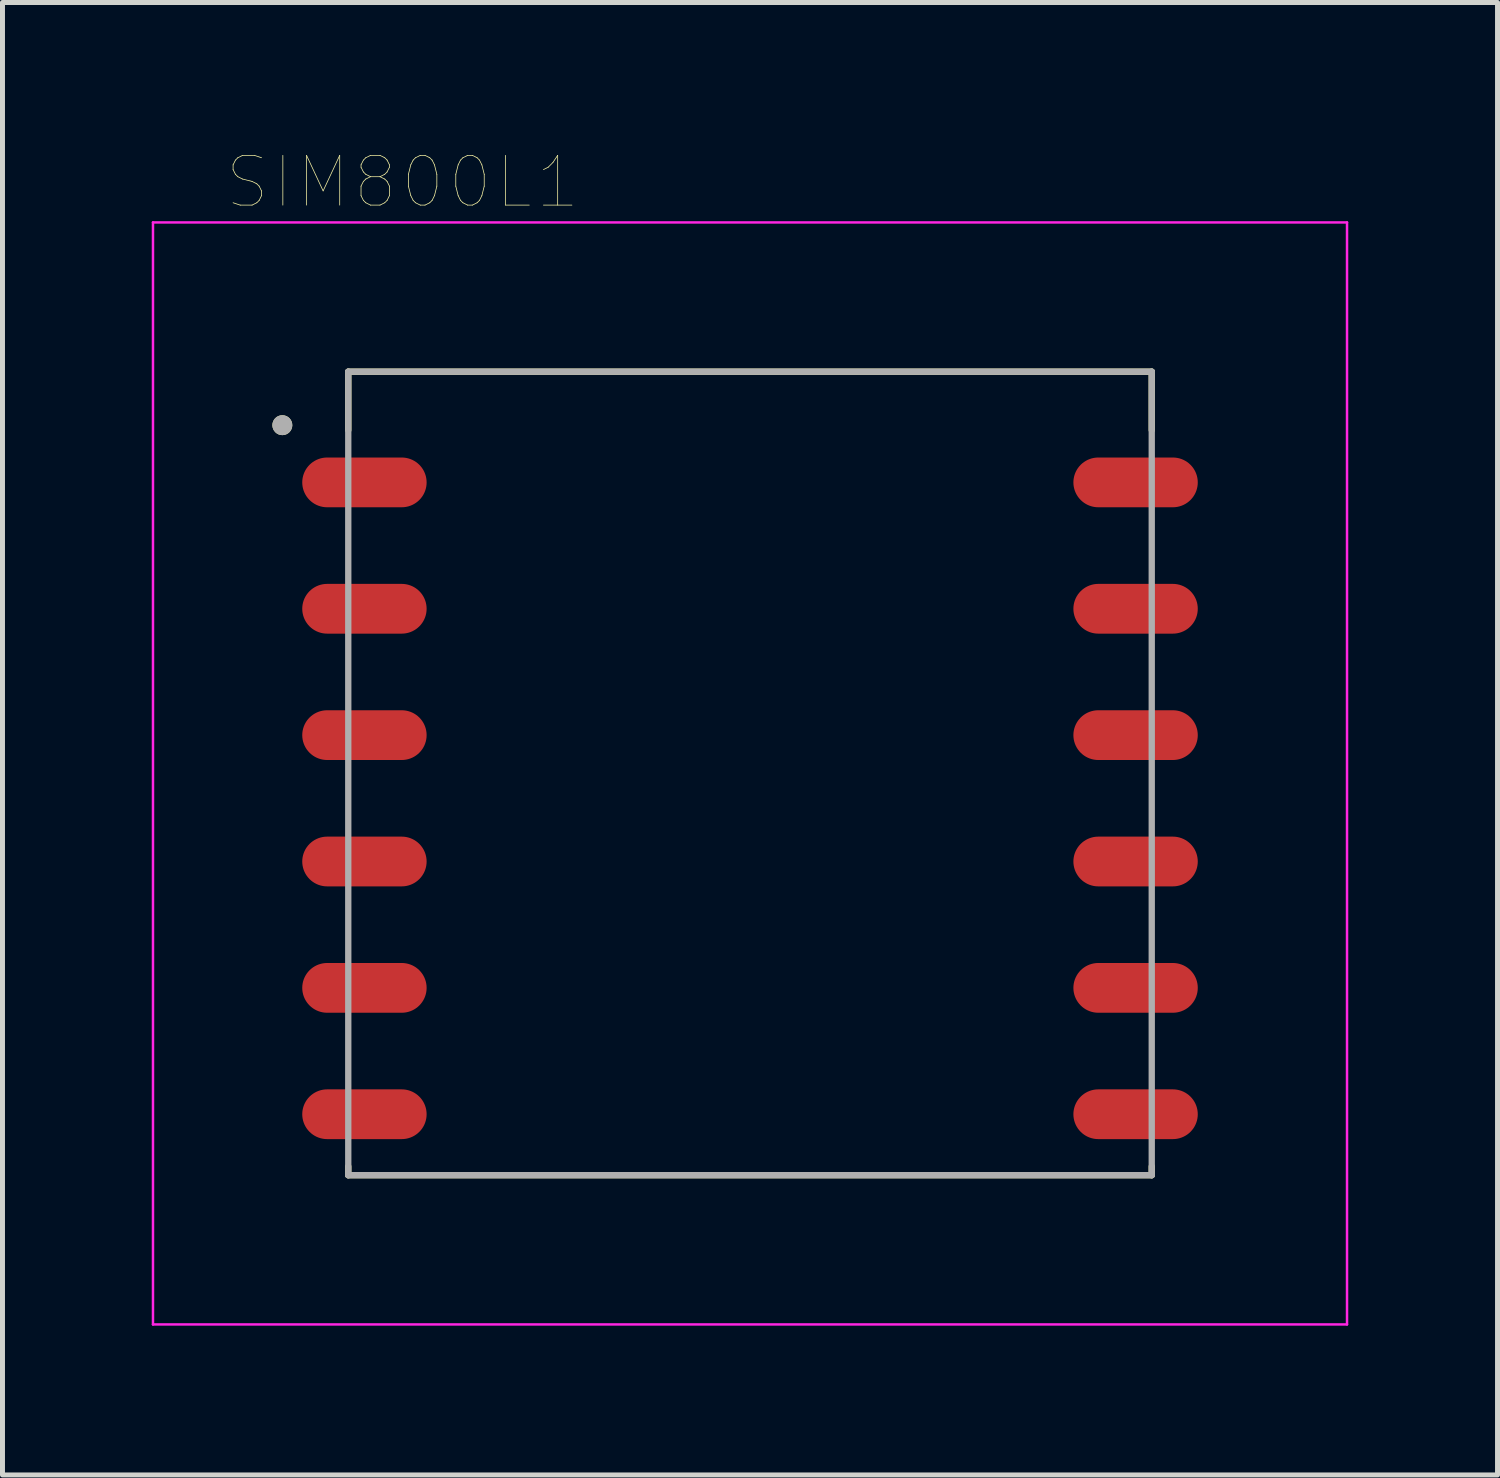
<source format=kicad_pcb>
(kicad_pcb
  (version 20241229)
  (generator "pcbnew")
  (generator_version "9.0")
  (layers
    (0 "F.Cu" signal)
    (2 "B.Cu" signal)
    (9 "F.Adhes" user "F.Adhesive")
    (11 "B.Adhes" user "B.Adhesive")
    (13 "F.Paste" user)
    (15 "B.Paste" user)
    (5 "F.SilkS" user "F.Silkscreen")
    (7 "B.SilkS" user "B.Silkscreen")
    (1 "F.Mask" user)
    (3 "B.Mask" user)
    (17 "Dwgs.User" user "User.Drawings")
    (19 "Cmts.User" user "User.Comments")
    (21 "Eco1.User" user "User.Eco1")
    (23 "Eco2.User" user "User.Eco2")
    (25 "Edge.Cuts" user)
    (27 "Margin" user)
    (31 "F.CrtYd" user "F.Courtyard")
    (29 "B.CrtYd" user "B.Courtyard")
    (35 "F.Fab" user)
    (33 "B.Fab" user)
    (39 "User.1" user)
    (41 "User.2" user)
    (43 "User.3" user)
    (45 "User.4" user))
  (footprint "SIM800L1"
    (layer "F.Cu")
    (at 12.025 12.996)
    (property "Reference" "SIM800L1" (at -6.985 -12.385 0) (layer "F.SilkS") (effects (font (size 1 1) (thickness 0.015))))
    (attr through_hole)
    (fp_line (start -8.075 -8.575) (end -8.075 -7.4) (stroke (width 0.127) (type solid)) (layer "F.SilkS"))
    (fp_line (start -8.075 -8.575) (end 8.075 -8.575) (stroke (width 0.127) (type solid)) (layer "F.SilkS"))
    (fp_line (start -8.075 7.575) (end -8.075 7.4) (stroke (width 0.127) (type solid)) (layer "F.SilkS"))
    (fp_line (start 8.075 -8.575) (end 8.075 -7.4) (stroke (width 0.127) (type solid)) (layer "F.SilkS"))
    (fp_line (start 8.075 7.575) (end -8.075 7.575) (stroke (width 0.127) (type solid)) (layer "F.SilkS"))
    (fp_line (start 8.075 7.575) (end 8.075 7.4) (stroke (width 0.127) (type solid)) (layer "F.SilkS"))
    (fp_circle (center -9.4 -7.5) (end -9.3 -7.5) (stroke (width 0.2) (type solid)) (fill no) (layer "F.SilkS"))
    (fp_poly (pts (xy -8 -6.85) (xy -7.1 -6.85) (xy -7.048 -6.847) (xy -6.996 -6.839) (xy -6.945 -6.826) (xy -6.897 -6.807) (xy -6.85 -6.783) (xy -6.806 -6.755) (xy -6.765 -6.722) (xy -6.728 -6.685) (xy -6.695 -6.644) (xy -6.667 -6.6) (xy -6.643 -6.553) (xy -6.624 -6.505) (xy -6.611 -6.454) (xy -6.603 -6.402) (xy -6.6 -6.35) (xy -6.603 -6.298) (xy -6.611 -6.246) (xy -6.624 -6.195) (xy -6.643 -6.147) (xy -6.667 -6.1) (xy -6.695 -6.056) (xy -6.728 -6.015) (xy -6.765 -5.978) (xy -6.806 -5.945) (xy -6.85 -5.917) (xy -6.897 -5.893) (xy -6.945 -5.874) (xy -6.996 -5.861) (xy -7.048 -5.853) (xy -7.1 -5.85) (xy -8.9 -5.85) (xy -8.952 -5.853) (xy -9.004 -5.861) (xy -9.055 -5.874) (xy -9.103 -5.893) (xy -9.15 -5.917) (xy -9.194 -5.945) (xy -9.235 -5.978) (xy -9.272 -6.015) (xy -9.305 -6.056) (xy -9.333 -6.1) (xy -9.357 -6.147) (xy -9.376 -6.195) (xy -9.389 -6.246) (xy -9.397 -6.298) (xy -9.4 -6.35) (xy -9.397 -6.402) (xy -9.389 -6.454) (xy -9.376 -6.505) (xy -9.357 -6.553) (xy -9.333 -6.6) (xy -9.305 -6.644) (xy -9.272 -6.685) (xy -9.235 -6.722) (xy -9.194 -6.755) (xy -9.15 -6.783) (xy -9.103 -6.807) (xy -9.055 -6.826) (xy -9.004 -6.839) (xy -8.952 -6.847) (xy -8.9 -6.85) (xy -8 -6.85)) (stroke (width 0.0001) (type solid)) (fill yes) (layer "F.Paste"))
    (fp_poly (pts (xy -8 -4.31) (xy -7.1 -4.31) (xy -7.048 -4.307) (xy -6.996 -4.299) (xy -6.945 -4.286) (xy -6.897 -4.267) (xy -6.85 -4.243) (xy -6.806 -4.215) (xy -6.765 -4.182) (xy -6.728 -4.145) (xy -6.695 -4.104) (xy -6.667 -4.06) (xy -6.643 -4.013) (xy -6.624 -3.965) (xy -6.611 -3.914) (xy -6.603 -3.862) (xy -6.6 -3.81) (xy -6.603 -3.758) (xy -6.611 -3.706) (xy -6.624 -3.655) (xy -6.643 -3.607) (xy -6.667 -3.56) (xy -6.695 -3.516) (xy -6.728 -3.475) (xy -6.765 -3.438) (xy -6.806 -3.405) (xy -6.85 -3.377) (xy -6.897 -3.353) (xy -6.945 -3.334) (xy -6.996 -3.321) (xy -7.048 -3.313) (xy -7.1 -3.31) (xy -8.9 -3.31) (xy -8.952 -3.313) (xy -9.004 -3.321) (xy -9.055 -3.334) (xy -9.103 -3.353) (xy -9.15 -3.377) (xy -9.194 -3.405) (xy -9.235 -3.438) (xy -9.272 -3.475) (xy -9.305 -3.516) (xy -9.333 -3.56) (xy -9.357 -3.607) (xy -9.376 -3.655) (xy -9.389 -3.706) (xy -9.397 -3.758) (xy -9.4 -3.81) (xy -9.397 -3.862) (xy -9.389 -3.914) (xy -9.376 -3.965) (xy -9.357 -4.013) (xy -9.333 -4.06) (xy -9.305 -4.104) (xy -9.272 -4.145) (xy -9.235 -4.182) (xy -9.194 -4.215) (xy -9.15 -4.243) (xy -9.103 -4.267) (xy -9.055 -4.286) (xy -9.004 -4.299) (xy -8.952 -4.307) (xy -8.9 -4.31) (xy -8 -4.31)) (stroke (width 0.0001) (type solid)) (fill yes) (layer "F.Paste"))
    (fp_poly (pts (xy -8 -1.77) (xy -7.1 -1.77) (xy -7.048 -1.767) (xy -6.996 -1.759) (xy -6.945 -1.746) (xy -6.897 -1.727) (xy -6.85 -1.703) (xy -6.806 -1.675) (xy -6.765 -1.642) (xy -6.728 -1.605) (xy -6.695 -1.564) (xy -6.667 -1.52) (xy -6.643 -1.473) (xy -6.624 -1.425) (xy -6.611 -1.374) (xy -6.603 -1.322) (xy -6.6 -1.27) (xy -6.603 -1.218) (xy -6.611 -1.166) (xy -6.624 -1.115) (xy -6.643 -1.067) (xy -6.667 -1.02) (xy -6.695 -0.976) (xy -6.728 -0.935) (xy -6.765 -0.898) (xy -6.806 -0.865) (xy -6.85 -0.837) (xy -6.897 -0.813) (xy -6.945 -0.794) (xy -6.996 -0.781) (xy -7.048 -0.773) (xy -7.1 -0.77) (xy -8.9 -0.77) (xy -8.952 -0.773) (xy -9.004 -0.781) (xy -9.055 -0.794) (xy -9.103 -0.813) (xy -9.15 -0.837) (xy -9.194 -0.865) (xy -9.235 -0.898) (xy -9.272 -0.935) (xy -9.305 -0.976) (xy -9.333 -1.02) (xy -9.357 -1.067) (xy -9.376 -1.115) (xy -9.389 -1.166) (xy -9.397 -1.218) (xy -9.4 -1.27) (xy -9.397 -1.322) (xy -9.389 -1.374) (xy -9.376 -1.425) (xy -9.357 -1.473) (xy -9.333 -1.52) (xy -9.305 -1.564) (xy -9.272 -1.605) (xy -9.235 -1.642) (xy -9.194 -1.675) (xy -9.15 -1.703) (xy -9.103 -1.727) (xy -9.055 -1.746) (xy -9.004 -1.759) (xy -8.952 -1.767) (xy -8.9 -1.77) (xy -8 -1.77)) (stroke (width 0.0001) (type solid)) (fill yes) (layer "F.Paste"))
    (fp_poly (pts (xy -8 0.77) (xy -7.1 0.77) (xy -7.048 0.773) (xy -6.996 0.781) (xy -6.945 0.794) (xy -6.897 0.813) (xy -6.85 0.837) (xy -6.806 0.865) (xy -6.765 0.898) (xy -6.728 0.935) (xy -6.695 0.976) (xy -6.667 1.02) (xy -6.643 1.067) (xy -6.624 1.115) (xy -6.611 1.166) (xy -6.603 1.218) (xy -6.6 1.27) (xy -6.603 1.322) (xy -6.611 1.374) (xy -6.624 1.425) (xy -6.643 1.473) (xy -6.667 1.52) (xy -6.695 1.564) (xy -6.728 1.605) (xy -6.765 1.642) (xy -6.806 1.675) (xy -6.85 1.703) (xy -6.897 1.727) (xy -6.945 1.746) (xy -6.996 1.759) (xy -7.048 1.767) (xy -7.1 1.77) (xy -8.9 1.77) (xy -8.952 1.767) (xy -9.004 1.759) (xy -9.055 1.746) (xy -9.103 1.727) (xy -9.15 1.703) (xy -9.194 1.675) (xy -9.235 1.642) (xy -9.272 1.605) (xy -9.305 1.564) (xy -9.333 1.52) (xy -9.357 1.473) (xy -9.376 1.425) (xy -9.389 1.374) (xy -9.397 1.322) (xy -9.4 1.27) (xy -9.397 1.218) (xy -9.389 1.166) (xy -9.376 1.115) (xy -9.357 1.067) (xy -9.333 1.02) (xy -9.305 0.976) (xy -9.272 0.935) (xy -9.235 0.898) (xy -9.194 0.865) (xy -9.15 0.837) (xy -9.103 0.813) (xy -9.055 0.794) (xy -9.004 0.781) (xy -8.952 0.773) (xy -8.9 0.77) (xy -8 0.77)) (stroke (width 0.0001) (type solid)) (fill yes) (layer "F.Paste"))
    (fp_poly (pts (xy -8 3.31) (xy -7.1 3.31) (xy -7.048 3.313) (xy -6.996 3.321) (xy -6.945 3.334) (xy -6.897 3.353) (xy -6.85 3.377) (xy -6.806 3.405) (xy -6.765 3.438) (xy -6.728 3.475) (xy -6.695 3.516) (xy -6.667 3.56) (xy -6.643 3.607) (xy -6.624 3.655) (xy -6.611 3.706) (xy -6.603 3.758) (xy -6.6 3.81) (xy -6.603 3.862) (xy -6.611 3.914) (xy -6.624 3.965) (xy -6.643 4.013) (xy -6.667 4.06) (xy -6.695 4.104) (xy -6.728 4.145) (xy -6.765 4.182) (xy -6.806 4.215) (xy -6.85 4.243) (xy -6.897 4.267) (xy -6.945 4.286) (xy -6.996 4.299) (xy -7.048 4.307) (xy -7.1 4.31) (xy -8.9 4.31) (xy -8.952 4.307) (xy -9.004 4.299) (xy -9.055 4.286) (xy -9.103 4.267) (xy -9.15 4.243) (xy -9.194 4.215) (xy -9.235 4.182) (xy -9.272 4.145) (xy -9.305 4.104) (xy -9.333 4.06) (xy -9.357 4.013) (xy -9.376 3.965) (xy -9.389 3.914) (xy -9.397 3.862) (xy -9.4 3.81) (xy -9.397 3.758) (xy -9.389 3.706) (xy -9.376 3.655) (xy -9.357 3.607) (xy -9.333 3.56) (xy -9.305 3.516) (xy -9.272 3.475) (xy -9.235 3.438) (xy -9.194 3.405) (xy -9.15 3.377) (xy -9.103 3.353) (xy -9.055 3.334) (xy -9.004 3.321) (xy -8.952 3.313) (xy -8.9 3.31) (xy -8 3.31)) (stroke (width 0.0001) (type solid)) (fill yes) (layer "F.Paste"))
    (fp_poly (pts (xy -8 5.85) (xy -7.1 5.85) (xy -7.048 5.853) (xy -6.996 5.861) (xy -6.945 5.874) (xy -6.897 5.893) (xy -6.85 5.917) (xy -6.806 5.945) (xy -6.765 5.978) (xy -6.728 6.015) (xy -6.695 6.056) (xy -6.667 6.1) (xy -6.643 6.147) (xy -6.624 6.195) (xy -6.611 6.246) (xy -6.603 6.298) (xy -6.6 6.35) (xy -6.603 6.402) (xy -6.611 6.454) (xy -6.624 6.505) (xy -6.643 6.553) (xy -6.667 6.6) (xy -6.695 6.644) (xy -6.728 6.685) (xy -6.765 6.722) (xy -6.806 6.755) (xy -6.85 6.783) (xy -6.897 6.807) (xy -6.945 6.826) (xy -6.996 6.839) (xy -7.048 6.847) (xy -7.1 6.85) (xy -8.9 6.85) (xy -8.952 6.847) (xy -9.004 6.839) (xy -9.055 6.826) (xy -9.103 6.807) (xy -9.15 6.783) (xy -9.194 6.755) (xy -9.235 6.722) (xy -9.272 6.685) (xy -9.305 6.644) (xy -9.333 6.6) (xy -9.357 6.553) (xy -9.376 6.505) (xy -9.389 6.454) (xy -9.397 6.402) (xy -9.4 6.35) (xy -9.397 6.298) (xy -9.389 6.246) (xy -9.376 6.195) (xy -9.357 6.147) (xy -9.333 6.1) (xy -9.305 6.056) (xy -9.272 6.015) (xy -9.235 5.978) (xy -9.194 5.945) (xy -9.15 5.917) (xy -9.103 5.893) (xy -9.055 5.874) (xy -9.004 5.861) (xy -8.952 5.853) (xy -8.9 5.85) (xy -8 5.85)) (stroke (width 0.0001) (type solid)) (fill yes) (layer "F.Paste"))
    (fp_poly (pts (xy 8 -6.85) (xy 8.9 -6.85) (xy 8.952 -6.847) (xy 9.004 -6.839) (xy 9.055 -6.826) (xy 9.103 -6.807) (xy 9.15 -6.783) (xy 9.194 -6.755) (xy 9.235 -6.722) (xy 9.272 -6.685) (xy 9.305 -6.644) (xy 9.333 -6.6) (xy 9.357 -6.553) (xy 9.376 -6.505) (xy 9.389 -6.454) (xy 9.397 -6.402) (xy 9.4 -6.35) (xy 9.397 -6.298) (xy 9.389 -6.246) (xy 9.376 -6.195) (xy 9.357 -6.147) (xy 9.333 -6.1) (xy 9.305 -6.056) (xy 9.272 -6.015) (xy 9.235 -5.978) (xy 9.194 -5.945) (xy 9.15 -5.917) (xy 9.103 -5.893) (xy 9.055 -5.874) (xy 9.004 -5.861) (xy 8.952 -5.853) (xy 8.9 -5.85) (xy 7.1 -5.85) (xy 7.048 -5.853) (xy 6.996 -5.861) (xy 6.945 -5.874) (xy 6.897 -5.893) (xy 6.85 -5.917) (xy 6.806 -5.945) (xy 6.765 -5.978) (xy 6.728 -6.015) (xy 6.695 -6.056) (xy 6.667 -6.1) (xy 6.643 -6.147) (xy 6.624 -6.195) (xy 6.611 -6.246) (xy 6.603 -6.298) (xy 6.6 -6.35) (xy 6.603 -6.402) (xy 6.611 -6.454) (xy 6.624 -6.505) (xy 6.643 -6.553) (xy 6.667 -6.6) (xy 6.695 -6.644) (xy 6.728 -6.685) (xy 6.765 -6.722) (xy 6.806 -6.755) (xy 6.85 -6.783) (xy 6.897 -6.807) (xy 6.945 -6.826) (xy 6.996 -6.839) (xy 7.048 -6.847) (xy 7.1 -6.85) (xy 8 -6.85)) (stroke (width 0.0001) (type solid)) (fill yes) (layer "F.Paste"))
    (fp_poly (pts (xy 8 -4.31) (xy 8.9 -4.31) (xy 8.952 -4.307) (xy 9.004 -4.299) (xy 9.055 -4.286) (xy 9.103 -4.267) (xy 9.15 -4.243) (xy 9.194 -4.215) (xy 9.235 -4.182) (xy 9.272 -4.145) (xy 9.305 -4.104) (xy 9.333 -4.06) (xy 9.357 -4.013) (xy 9.376 -3.965) (xy 9.389 -3.914) (xy 9.397 -3.862) (xy 9.4 -3.81) (xy 9.397 -3.758) (xy 9.389 -3.706) (xy 9.376 -3.655) (xy 9.357 -3.607) (xy 9.333 -3.56) (xy 9.305 -3.516) (xy 9.272 -3.475) (xy 9.235 -3.438) (xy 9.194 -3.405) (xy 9.15 -3.377) (xy 9.103 -3.353) (xy 9.055 -3.334) (xy 9.004 -3.321) (xy 8.952 -3.313) (xy 8.9 -3.31) (xy 7.1 -3.31) (xy 7.048 -3.313) (xy 6.996 -3.321) (xy 6.945 -3.334) (xy 6.897 -3.353) (xy 6.85 -3.377) (xy 6.806 -3.405) (xy 6.765 -3.438) (xy 6.728 -3.475) (xy 6.695 -3.516) (xy 6.667 -3.56) (xy 6.643 -3.607) (xy 6.624 -3.655) (xy 6.611 -3.706) (xy 6.603 -3.758) (xy 6.6 -3.81) (xy 6.603 -3.862) (xy 6.611 -3.914) (xy 6.624 -3.965) (xy 6.643 -4.013) (xy 6.667 -4.06) (xy 6.695 -4.104) (xy 6.728 -4.145) (xy 6.765 -4.182) (xy 6.806 -4.215) (xy 6.85 -4.243) (xy 6.897 -4.267) (xy 6.945 -4.286) (xy 6.996 -4.299) (xy 7.048 -4.307) (xy 7.1 -4.31) (xy 8 -4.31)) (stroke (width 0.0001) (type solid)) (fill yes) (layer "F.Paste"))
    (fp_poly (pts (xy 8 -1.77) (xy 8.9 -1.77) (xy 8.952 -1.767) (xy 9.004 -1.759) (xy 9.055 -1.746) (xy 9.103 -1.727) (xy 9.15 -1.703) (xy 9.194 -1.675) (xy 9.235 -1.642) (xy 9.272 -1.605) (xy 9.305 -1.564) (xy 9.333 -1.52) (xy 9.357 -1.473) (xy 9.376 -1.425) (xy 9.389 -1.374) (xy 9.397 -1.322) (xy 9.4 -1.27) (xy 9.397 -1.218) (xy 9.389 -1.166) (xy 9.376 -1.115) (xy 9.357 -1.067) (xy 9.333 -1.02) (xy 9.305 -0.976) (xy 9.272 -0.935) (xy 9.235 -0.898) (xy 9.194 -0.865) (xy 9.15 -0.837) (xy 9.103 -0.813) (xy 9.055 -0.794) (xy 9.004 -0.781) (xy 8.952 -0.773) (xy 8.9 -0.77) (xy 7.1 -0.77) (xy 7.048 -0.773) (xy 6.996 -0.781) (xy 6.945 -0.794) (xy 6.897 -0.813) (xy 6.85 -0.837) (xy 6.806 -0.865) (xy 6.765 -0.898) (xy 6.728 -0.935) (xy 6.695 -0.976) (xy 6.667 -1.02) (xy 6.643 -1.067) (xy 6.624 -1.115) (xy 6.611 -1.166) (xy 6.603 -1.218) (xy 6.6 -1.27) (xy 6.603 -1.322) (xy 6.611 -1.374) (xy 6.624 -1.425) (xy 6.643 -1.473) (xy 6.667 -1.52) (xy 6.695 -1.564) (xy 6.728 -1.605) (xy 6.765 -1.642) (xy 6.806 -1.675) (xy 6.85 -1.703) (xy 6.897 -1.727) (xy 6.945 -1.746) (xy 6.996 -1.759) (xy 7.048 -1.767) (xy 7.1 -1.77) (xy 8 -1.77)) (stroke (width 0.0001) (type solid)) (fill yes) (layer "F.Paste"))
    (fp_poly (pts (xy 8 0.77) (xy 8.9 0.77) (xy 8.952 0.773) (xy 9.004 0.781) (xy 9.055 0.794) (xy 9.103 0.813) (xy 9.15 0.837) (xy 9.194 0.865) (xy 9.235 0.898) (xy 9.272 0.935) (xy 9.305 0.976) (xy 9.333 1.02) (xy 9.357 1.067) (xy 9.376 1.115) (xy 9.389 1.166) (xy 9.397 1.218) (xy 9.4 1.27) (xy 9.397 1.322) (xy 9.389 1.374) (xy 9.376 1.425) (xy 9.357 1.473) (xy 9.333 1.52) (xy 9.305 1.564) (xy 9.272 1.605) (xy 9.235 1.642) (xy 9.194 1.675) (xy 9.15 1.703) (xy 9.103 1.727) (xy 9.055 1.746) (xy 9.004 1.759) (xy 8.952 1.767) (xy 8.9 1.77) (xy 7.1 1.77) (xy 7.048 1.767) (xy 6.996 1.759) (xy 6.945 1.746) (xy 6.897 1.727) (xy 6.85 1.703) (xy 6.806 1.675) (xy 6.765 1.642) (xy 6.728 1.605) (xy 6.695 1.564) (xy 6.667 1.52) (xy 6.643 1.473) (xy 6.624 1.425) (xy 6.611 1.374) (xy 6.603 1.322) (xy 6.6 1.27) (xy 6.603 1.218) (xy 6.611 1.166) (xy 6.624 1.115) (xy 6.643 1.067) (xy 6.667 1.02) (xy 6.695 0.976) (xy 6.728 0.935) (xy 6.765 0.898) (xy 6.806 0.865) (xy 6.85 0.837) (xy 6.897 0.813) (xy 6.945 0.794) (xy 6.996 0.781) (xy 7.048 0.773) (xy 7.1 0.77) (xy 8 0.77)) (stroke (width 0.0001) (type solid)) (fill yes) (layer "F.Paste"))
    (fp_poly (pts (xy 8 3.31) (xy 8.9 3.31) (xy 8.952 3.313) (xy 9.004 3.321) (xy 9.055 3.334) (xy 9.103 3.353) (xy 9.15 3.377) (xy 9.194 3.405) (xy 9.235 3.438) (xy 9.272 3.475) (xy 9.305 3.516) (xy 9.333 3.56) (xy 9.357 3.607) (xy 9.376 3.655) (xy 9.389 3.706) (xy 9.397 3.758) (xy 9.4 3.81) (xy 9.397 3.862) (xy 9.389 3.914) (xy 9.376 3.965) (xy 9.357 4.013) (xy 9.333 4.06) (xy 9.305 4.104) (xy 9.272 4.145) (xy 9.235 4.182) (xy 9.194 4.215) (xy 9.15 4.243) (xy 9.103 4.267) (xy 9.055 4.286) (xy 9.004 4.299) (xy 8.952 4.307) (xy 8.9 4.31) (xy 7.1 4.31) (xy 7.048 4.307) (xy 6.996 4.299) (xy 6.945 4.286) (xy 6.897 4.267) (xy 6.85 4.243) (xy 6.806 4.215) (xy 6.765 4.182) (xy 6.728 4.145) (xy 6.695 4.104) (xy 6.667 4.06) (xy 6.643 4.013) (xy 6.624 3.965) (xy 6.611 3.914) (xy 6.603 3.862) (xy 6.6 3.81) (xy 6.603 3.758) (xy 6.611 3.706) (xy 6.624 3.655) (xy 6.643 3.607) (xy 6.667 3.56) (xy 6.695 3.516) (xy 6.728 3.475) (xy 6.765 3.438) (xy 6.806 3.405) (xy 6.85 3.377) (xy 6.897 3.353) (xy 6.945 3.334) (xy 6.996 3.321) (xy 7.048 3.313) (xy 7.1 3.31) (xy 8 3.31)) (stroke (width 0.0001) (type solid)) (fill yes) (layer "F.Paste"))
    (fp_poly (pts (xy 8 5.85) (xy 8.9 5.85) (xy 8.952 5.853) (xy 9.004 5.861) (xy 9.055 5.874) (xy 9.103 5.893) (xy 9.15 5.917) (xy 9.194 5.945) (xy 9.235 5.978) (xy 9.272 6.015) (xy 9.305 6.056) (xy 9.333 6.1) (xy 9.357 6.147) (xy 9.376 6.195) (xy 9.389 6.246) (xy 9.397 6.298) (xy 9.4 6.35) (xy 9.397 6.402) (xy 9.389 6.454) (xy 9.376 6.505) (xy 9.357 6.553) (xy 9.333 6.6) (xy 9.305 6.644) (xy 9.272 6.685) (xy 9.235 6.722) (xy 9.194 6.755) (xy 9.15 6.783) (xy 9.103 6.807) (xy 9.055 6.826) (xy 9.004 6.839) (xy 8.952 6.847) (xy 8.9 6.85) (xy 7.1 6.85) (xy 7.048 6.847) (xy 6.996 6.839) (xy 6.945 6.826) (xy 6.897 6.807) (xy 6.85 6.783) (xy 6.806 6.755) (xy 6.765 6.722) (xy 6.728 6.685) (xy 6.695 6.644) (xy 6.667 6.6) (xy 6.643 6.553) (xy 6.624 6.505) (xy 6.611 6.454) (xy 6.603 6.402) (xy 6.6 6.35) (xy 6.603 6.298) (xy 6.611 6.246) (xy 6.624 6.195) (xy 6.643 6.147) (xy 6.667 6.1) (xy 6.695 6.056) (xy 6.728 6.015) (xy 6.765 5.978) (xy 6.806 5.945) (xy 6.85 5.917) (xy 6.897 5.893) (xy 6.945 5.874) (xy 6.996 5.861) (xy 7.048 5.853) (xy 7.1 5.85) (xy 8 5.85)) (stroke (width 0.0001) (type solid)) (fill yes) (layer "F.Paste"))
    (fp_line (start -12 -11.575) (end 12 -11.575) (stroke (width 0.05) (type solid)) (layer "F.CrtYd"))
    (fp_line (start -12 10.575) (end -12 -11.575) (stroke (width 0.05) (type solid)) (layer "F.CrtYd"))
    (fp_line (start 12 -11.575) (end 12 10.575) (stroke (width 0.05) (type solid)) (layer "F.CrtYd"))
    (fp_line (start 12 10.575) (end -12 10.575) (stroke (width 0.05) (type solid)) (layer "F.CrtYd"))
    (fp_line (start -8.075 -8.575) (end 8.075 -8.575) (stroke (width 0.127) (type solid)) (layer "F.Fab"))
    (fp_line (start -8.075 7.575) (end -8.075 -8.575) (stroke (width 0.127) (type solid)) (layer "F.Fab"))
    (fp_line (start 8.075 -8.575) (end 8.075 7.575) (stroke (width 0.127) (type solid)) (layer "F.Fab"))
    (fp_line (start 8.075 7.575) (end -8.075 7.575) (stroke (width 0.127) (type solid)) (layer "F.Fab"))
    (fp_circle (center -9.4 -7.5) (end -9.3 -7.5) (stroke (width 0.2) (type solid)) (fill no) (layer "F.Fab"))
    (pad "1" smd oval (at -7.75 -6.35) (size 2.5 1) (layers "F.Cu" "F.Mask"))
    (pad "2" smd oval (at -7.75 -3.81) (size 2.5 1) (layers "F.Cu" "F.Mask"))
    (pad "3" smd oval (at -7.75 -1.27) (size 2.5 1) (layers "F.Cu" "F.Mask"))
    (pad "4" smd oval (at -7.75 1.27) (size 2.5 1) (layers "F.Cu" "F.Mask"))
    (pad "5" smd oval (at -7.75 3.81) (size 2.5 1) (layers "F.Cu" "F.Mask"))
    (pad "6" smd oval (at -7.75 6.35) (size 2.5 1) (layers "F.Cu" "F.Mask"))
    (pad "7" smd oval (at 7.75 6.35) (size 2.5 1) (layers "F.Cu" "F.Mask"))
    (pad "8" smd oval (at 7.75 3.81) (size 2.5 1) (layers "F.Cu" "F.Mask"))
    (pad "9" smd oval (at 7.75 1.27) (size 2.5 1) (layers "F.Cu" "F.Mask"))
    (pad "10" smd oval (at 7.75 -1.27) (size 2.5 1) (layers "F.Cu" "F.Mask"))
    (pad "11" smd oval (at 7.75 -3.81) (size 2.5 1) (layers "F.Cu" "F.Mask"))
    (pad "12" smd oval (at 7.75 -6.35) (size 2.5 1) (layers "F.Cu" "F.Mask")))
  (gr_rect
    (start -3 -3)
    (end 27.05 26.596)
    (stroke (width 0.1) (type default))
    (fill no)
    (layer "Edge.Cuts")))
</source>
